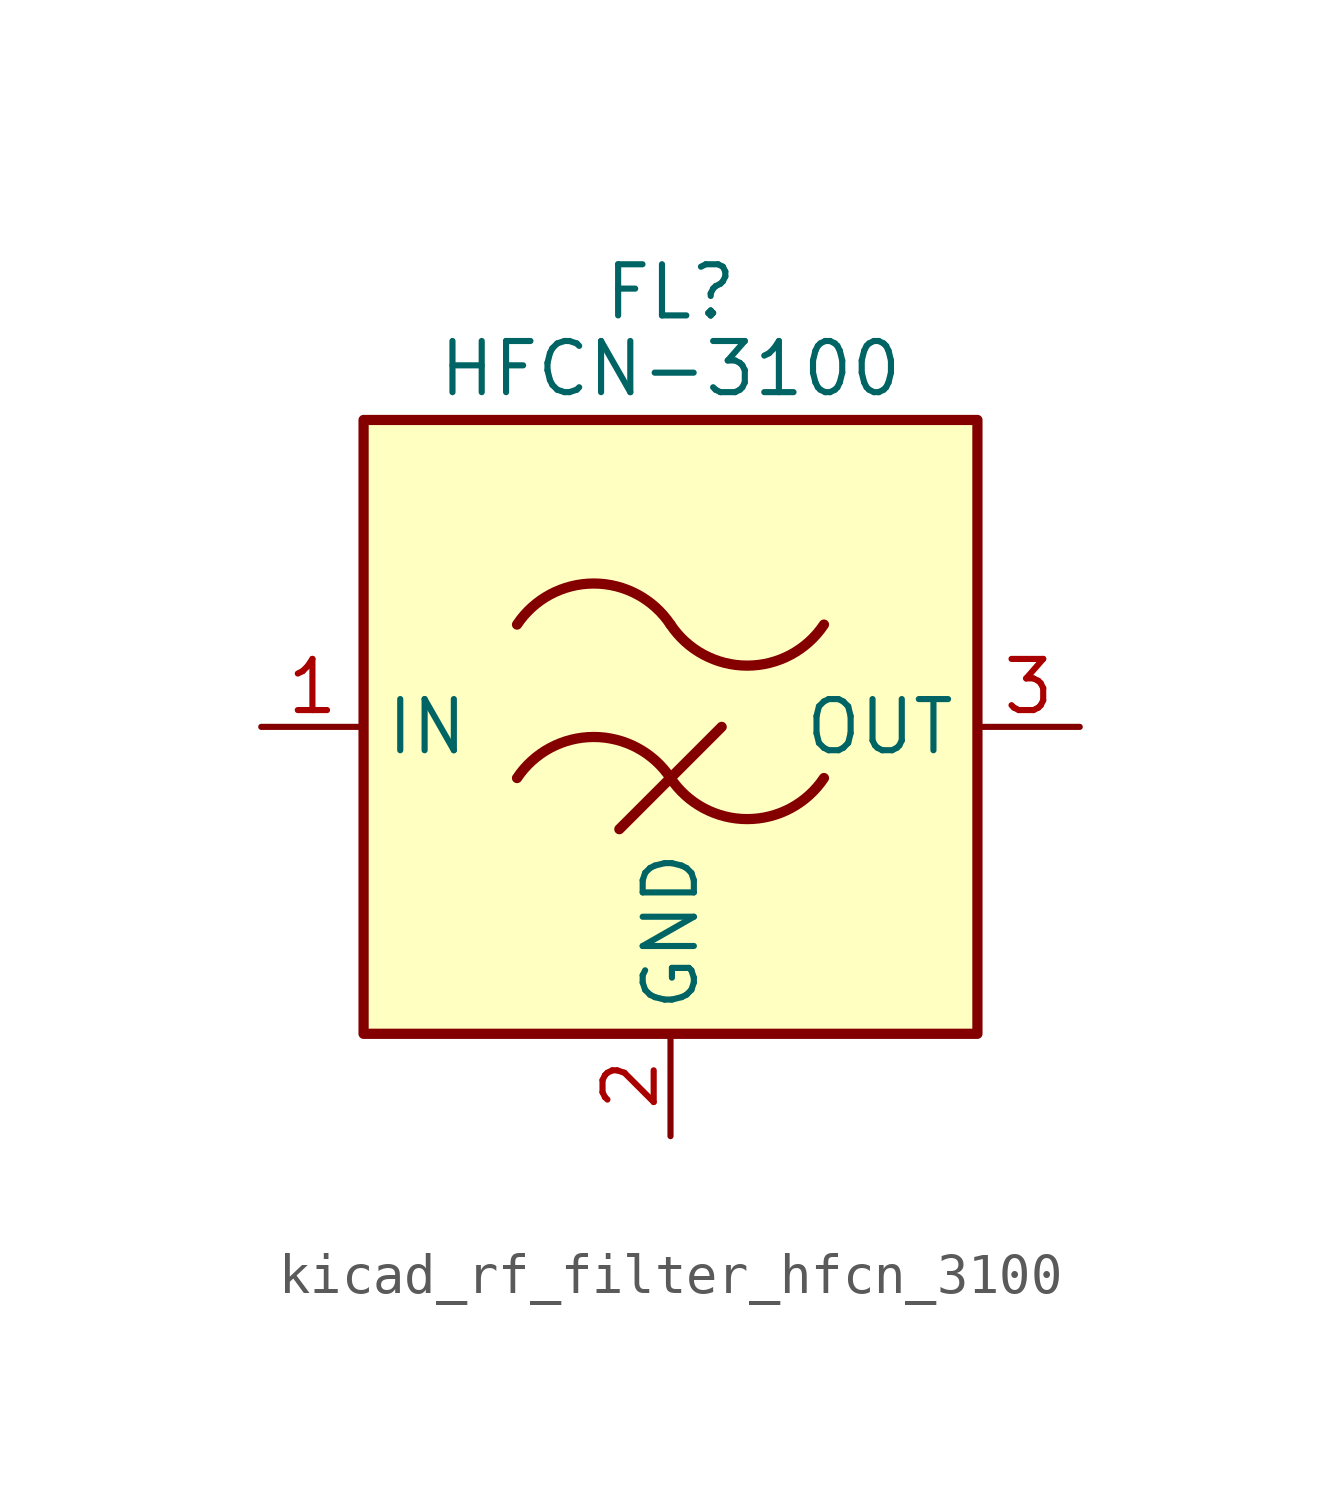
<source format=kicad_sym>
(kicad_symbol_lib
  (version 20220914)
  (generator kicad_symbol_editor)
  (symbol "kicad_rf_filter_hfcn_3100"
    (property "Reference" "FL"
      (at 0 10.795 0)
      (effects (font (size 1.27 1.27))))
    (property "Value" "HFCN-3100"
      (at 0 8.89 0)
      (effects (font (size 1.27 1.27))))
    (symbol "kicad_rf_filter_hfcn_3100_0_1"
      (rectangle (start -7.62 7.62) (end 7.62 -7.62) (stroke (width 0.254) (type default)) (fill (type background)))
      (arc (start 0 -1.27) (mid -1.905 -0.2505) (end -3.81 -1.27) (stroke (width 0.254) (type default)) (fill (type none)))
      (arc (start 0 -1.27) (mid 1.905 -2.2895) (end 3.81 -1.27) (stroke (width 0.254) (type default)) (fill (type none)))
      (polyline (pts (xy -1.27 -2.54) (xy 1.27 0)) (stroke (width 0.254) (type default)) (fill (type none)))
      (arc (start 0 2.54) (mid -1.905 3.5595) (end -3.81 2.54) (stroke (width 0.254) (type default)) (fill (type none)))
      (arc (start 0 2.54) (mid 1.905 1.5205) (end 3.81 2.54) (stroke (width 0.254) (type default)) (fill (type none))))
    (symbol "kicad_rf_filter_hfcn_3100_1_1"
      (pin passive line (at -10.16 0 0) (length 2.54) (name "IN" (effects (font (size 1.27 1.27)))) (number "1" (effects (font (size 1.27 1.27)))))
      (pin passive line (at 0 -10.16 90) (length 2.54) (name "GND" (effects (font (size 1.27 1.27)))) (number "2" (effects (font (size 1.27 1.27)))))
      (pin passive line (at 10.16 0 180) (length 2.54) (name "OUT" (effects (font (size 1.27 1.27)))) (number "3" (effects (font (size 1.27 1.27)))))
      (pin passive line (at 0 -10.16 90) (length 2.54) hide (name "GND" (effects (font (size 1.27 1.27)))) (number "4" (effects (font (size 1.27 1.27)))))
      (pin passive line (at 0 -10.16 90) (length 2.54) hide (name "GND" (effects (font (size 1.27 1.27)))) (number "5" (effects (font (size 1.27 1.27)))))
      (pin passive line (at 0 -10.16 90) (length 2.54) hide (name "GND" (effects (font (size 1.27 1.27)))) (number "6" (effects (font (size 1.27 1.27))))))))
</source>
